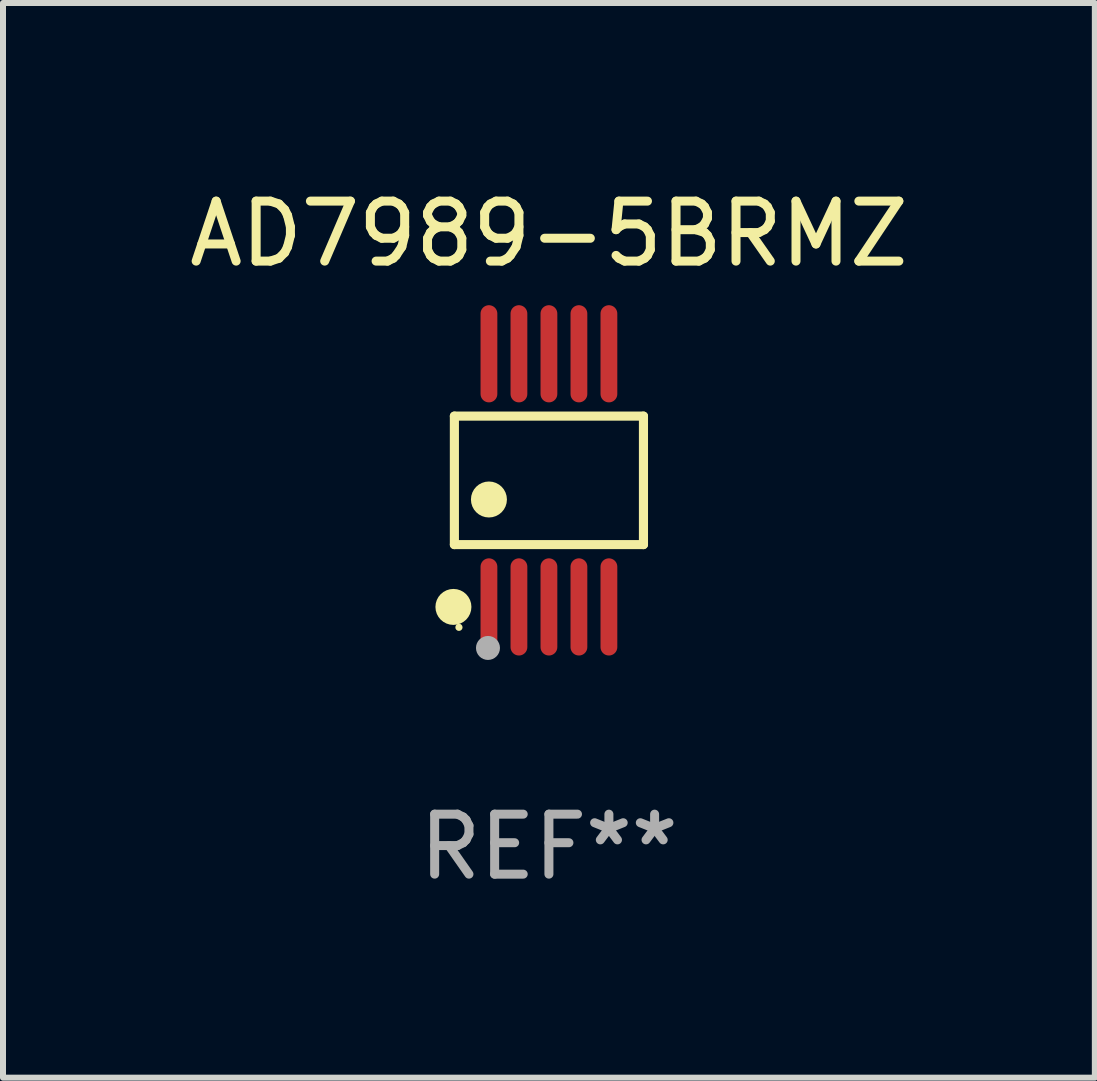
<source format=kicad_pcb>
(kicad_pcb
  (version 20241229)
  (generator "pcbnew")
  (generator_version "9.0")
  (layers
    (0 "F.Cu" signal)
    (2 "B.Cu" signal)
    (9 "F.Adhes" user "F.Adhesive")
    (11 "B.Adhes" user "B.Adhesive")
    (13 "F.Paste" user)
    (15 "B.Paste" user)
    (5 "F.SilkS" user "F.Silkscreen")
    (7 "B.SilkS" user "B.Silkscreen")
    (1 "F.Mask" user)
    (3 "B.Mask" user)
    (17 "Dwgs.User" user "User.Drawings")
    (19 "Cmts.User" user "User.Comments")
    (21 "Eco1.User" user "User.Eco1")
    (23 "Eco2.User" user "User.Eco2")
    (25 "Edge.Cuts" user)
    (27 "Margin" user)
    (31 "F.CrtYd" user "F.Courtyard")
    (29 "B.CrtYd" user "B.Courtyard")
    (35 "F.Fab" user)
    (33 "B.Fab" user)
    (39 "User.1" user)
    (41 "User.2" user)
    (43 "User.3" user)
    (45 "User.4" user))
  (footprint "AD7989-5BRMZ"
    (layer "F.Cu")
    (at 6.101 4.958)
    (property "Reference" "AD7989-5BRMZ" (at 0 -4.11 0) (layer "F.SilkS") (effects (font (size 1 1) (thickness 0.15))))
    (attr through_hole)
    (fp_line (start -1.576 -1.071) (end 1.576 -1.071) (stroke (width 0.152) (type solid)) (layer "F.SilkS"))
    (fp_line (start -1.576 1.071) (end -1.576 -1.071) (stroke (width 0.152) (type solid)) (layer "F.SilkS"))
    (fp_line (start 1.576 -1.071) (end 1.576 1.071) (stroke (width 0.152) (type solid)) (layer "F.SilkS"))
    (fp_line (start 1.576 1.071) (end -1.576 1.071) (stroke (width 0.152) (type solid)) (layer "F.SilkS"))
    (fp_circle (center -1.592 2.11) (end -1.442 2.11) (stroke (width 0.3) (type solid)) (fill no) (layer "F.SilkS"))
    (fp_circle (center -1.5 2.45) (end -1.47 2.45) (stroke (width 0.06) (type solid)) (fill no) (layer "F.SilkS"))
    (fp_circle (center -1 0.319) (end -0.85 0.319) (stroke (width 0.3) (type solid)) (fill no) (layer "F.SilkS"))
    (fp_circle (center -1.016 2.794) (end -0.916 2.794) (stroke (width 0.2) (type solid)) (fill no) (layer "F.Fab"))
    (fp_text user "REF**" (at 0 6.11 0) (layer "F.Fab") (effects (font (size 1 1) (thickness 0.15))))
    (pad "1" smd oval (at -1 2.11) (size 0.28 1.62) (layers "F.Cu" "F.Mask" "F.Paste"))
    (pad "2" smd oval (at -0.5 2.11) (size 0.28 1.62) (layers "F.Cu" "F.Mask" "F.Paste"))
    (pad "3" smd oval (at 0 2.11) (size 0.28 1.62) (layers "F.Cu" "F.Mask" "F.Paste"))
    (pad "4" smd oval (at 0.5 2.11) (size 0.28 1.62) (layers "F.Cu" "F.Mask" "F.Paste"))
    (pad "5" smd oval (at 1 2.11) (size 0.28 1.62) (layers "F.Cu" "F.Mask" "F.Paste"))
    (pad "6" smd oval (at 1 -2.11) (size 0.28 1.62) (layers "F.Cu" "F.Mask" "F.Paste"))
    (pad "7" smd oval (at 0.5 -2.11) (size 0.28 1.62) (layers "F.Cu" "F.Mask" "F.Paste"))
    (pad "8" smd oval (at 0 -2.11) (size 0.28 1.62) (layers "F.Cu" "F.Mask" "F.Paste"))
    (pad "9" smd oval (at -0.5 -2.11) (size 0.28 1.62) (layers "F.Cu" "F.Mask" "F.Paste"))
    (pad "10" smd oval (at -1 -2.11) (size 0.28 1.62) (layers "F.Cu" "F.Mask" "F.Paste")))
  (gr_rect
    (start -3 -3)
    (end 15.202 14.916)
    (stroke (width 0.1) (type default))
    (fill no)
    (layer "Edge.Cuts")))
</source>
